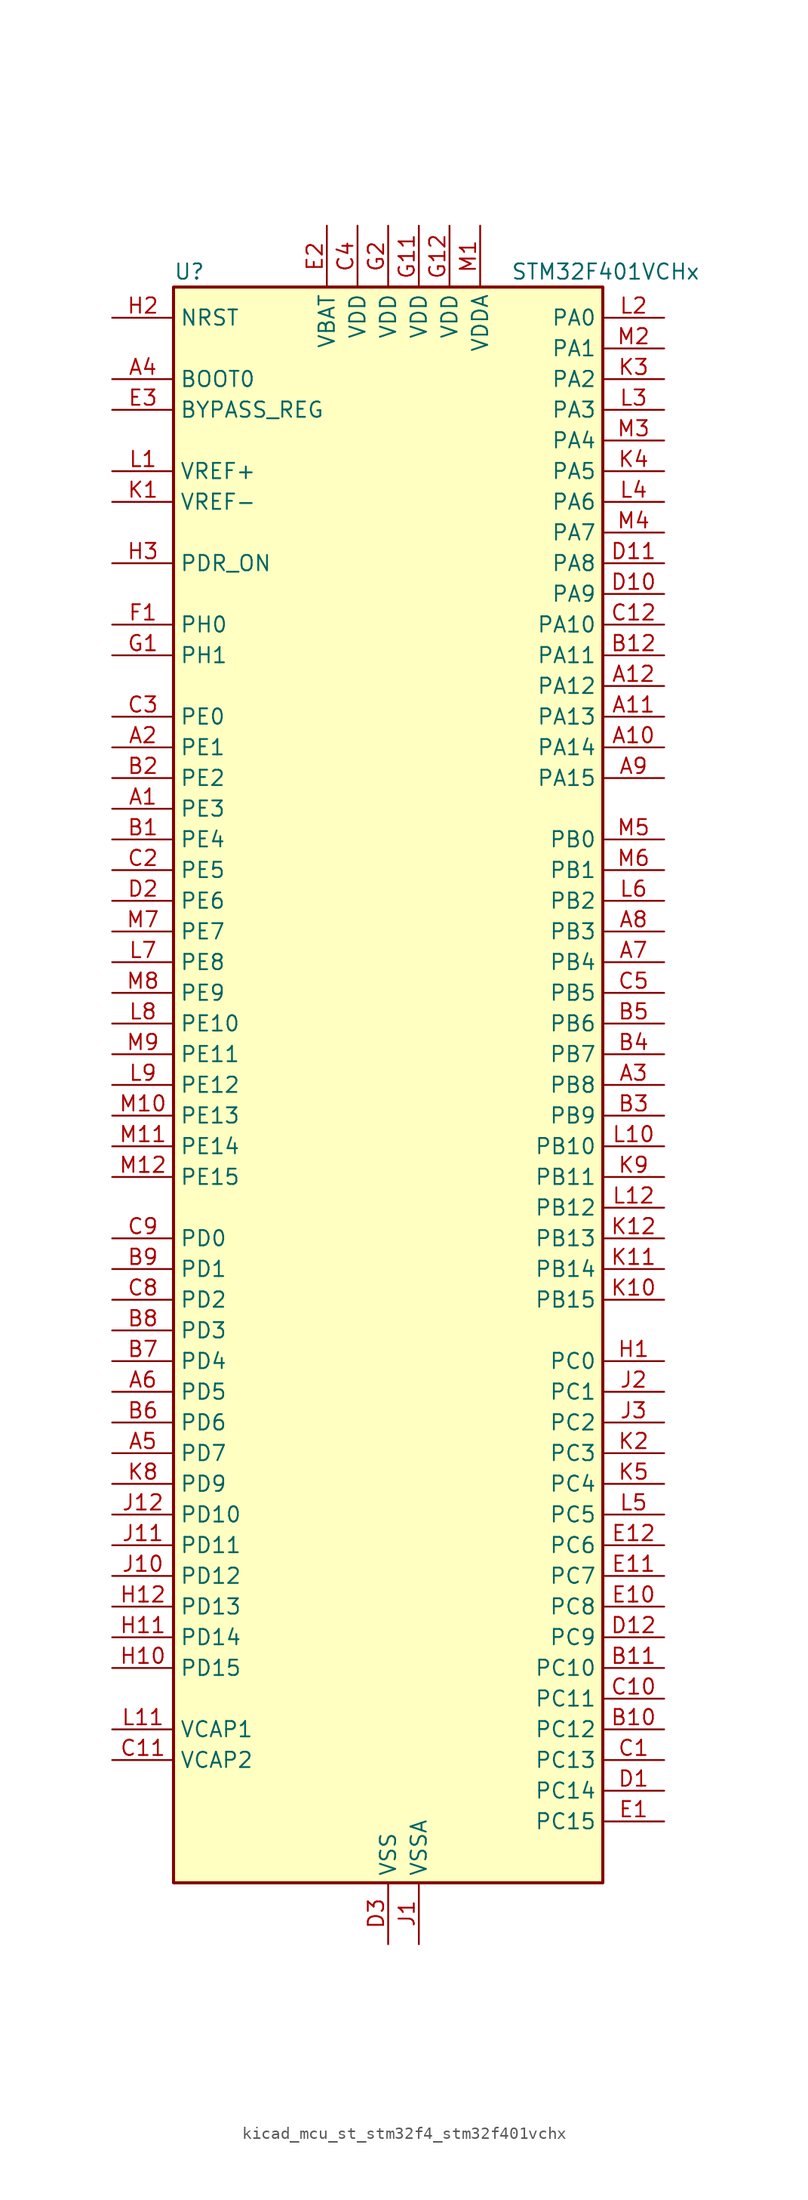
<source format=kicad_sym>
(kicad_symbol_lib
  (version 20220914)
  (generator kicad_symbol_editor)
  (symbol "kicad_mcu_st_stm32f4_stm32f401vchx"
    (property "Reference" "U"
      (at -17.78 67.31 0)
      (effects (font (size 1.27 1.27)) (justify left)))
    (property "Value" "STM32F401VCHx"
      (at 10.16 67.31 0)
      (effects (font (size 1.27 1.27)) (justify left)))
    (property "ki_locked" ""
      (at 0 0 0)
      (effects (font (size 1.27 1.27))))
    (symbol "kicad_mcu_st_stm32f4_stm32f401vchx_0_1"
      (rectangle (start -17.78 -66.04) (end 17.78 66.04) (stroke (width 0.254) (type default)) (fill (type background))))
    (symbol "kicad_mcu_st_stm32f4_stm32f401vchx_1_1"
      (pin bidirectional line (at -22.86 22.86 0) (length 5.08) (name "PE3" (effects (font (size 1.27 1.27)))) (number "A1" (effects (font (size 1.27 1.27)))) (alternate "SYS_TRACED0" bidirectional line))
      (pin bidirectional line (at 22.86 27.94 180) (length 5.08) (name "PA14" (effects (font (size 1.27 1.27)))) (number "A10" (effects (font (size 1.27 1.27)))) (alternate "SYS_JTCK-SWCLK" bidirectional line))
      (pin bidirectional line (at 22.86 30.48 180) (length 5.08) (name "PA13" (effects (font (size 1.27 1.27)))) (number "A11" (effects (font (size 1.27 1.27)))) (alternate "SYS_JTMS-SWDIO" bidirectional line))
      (pin bidirectional line (at 22.86 33.02 180) (length 5.08) (name "PA12" (effects (font (size 1.27 1.27)))) (number "A12" (effects (font (size 1.27 1.27)))) (alternate "TIM1_ETR" bidirectional line) (alternate "USART1_RTS" bidirectional line) (alternate "USART6_RX" bidirectional line) (alternate "USB_OTG_FS_DP" bidirectional line))
      (pin bidirectional line (at -22.86 27.94 0) (length 5.08) (name "PE1" (effects (font (size 1.27 1.27)))) (number "A2" (effects (font (size 1.27 1.27)))))
      (pin bidirectional line (at 22.86 0 180) (length 5.08) (name "PB8" (effects (font (size 1.27 1.27)))) (number "A3" (effects (font (size 1.27 1.27)))) (alternate "I2C1_SCL" bidirectional line) (alternate "SDIO_D4" bidirectional line) (alternate "TIM10_CH1" bidirectional line) (alternate "TIM4_CH3" bidirectional line))
      (pin input line (at -22.86 58.42 0) (length 5.08) (name "BOOT0" (effects (font (size 1.27 1.27)))) (number "A4" (effects (font (size 1.27 1.27)))))
      (pin bidirectional line (at -22.86 -30.48 0) (length 5.08) (name "PD7" (effects (font (size 1.27 1.27)))) (number "A5" (effects (font (size 1.27 1.27)))) (alternate "USART2_CK" bidirectional line))
      (pin bidirectional line (at -22.86 -25.4 0) (length 5.08) (name "PD5" (effects (font (size 1.27 1.27)))) (number "A6" (effects (font (size 1.27 1.27)))) (alternate "USART2_TX" bidirectional line))
      (pin bidirectional line (at 22.86 10.16 180) (length 5.08) (name "PB4" (effects (font (size 1.27 1.27)))) (number "A7" (effects (font (size 1.27 1.27)))) (alternate "I2C3_SDA" bidirectional line) (alternate "I2S3_ext_SD" bidirectional line) (alternate "SPI1_MISO" bidirectional line) (alternate "SPI3_MISO" bidirectional line) (alternate "SYS_JTRST" bidirectional line) (alternate "TIM3_CH1" bidirectional line))
      (pin bidirectional line (at 22.86 12.7 180) (length 5.08) (name "PB3" (effects (font (size 1.27 1.27)))) (number "A8" (effects (font (size 1.27 1.27)))) (alternate "I2C2_SDA" bidirectional line) (alternate "I2S3_CK" bidirectional line) (alternate "SPI1_SCK" bidirectional line) (alternate "SPI3_SCK" bidirectional line) (alternate "SYS_JTDO-SWO" bidirectional line) (alternate "TIM2_CH2" bidirectional line))
      (pin bidirectional line (at 22.86 25.4 180) (length 5.08) (name "PA15" (effects (font (size 1.27 1.27)))) (number "A9" (effects (font (size 1.27 1.27)))) (alternate "ADC1_EXTI15" bidirectional line) (alternate "I2S3_WS" bidirectional line) (alternate "SPI1_NSS" bidirectional line) (alternate "SPI3_NSS" bidirectional line) (alternate "SYS_JTDI" bidirectional line) (alternate "TIM2_CH1" bidirectional line) (alternate "TIM2_ETR" bidirectional line))
      (pin bidirectional line (at -22.86 20.32 0) (length 5.08) (name "PE4" (effects (font (size 1.27 1.27)))) (number "B1" (effects (font (size 1.27 1.27)))) (alternate "SPI4_NSS" bidirectional line) (alternate "SYS_TRACED1" bidirectional line))
      (pin bidirectional line (at 22.86 -53.34 180) (length 5.08) (name "PC12" (effects (font (size 1.27 1.27)))) (number "B10" (effects (font (size 1.27 1.27)))) (alternate "I2S3_SD" bidirectional line) (alternate "SDIO_CK" bidirectional line) (alternate "SPI3_MOSI" bidirectional line))
      (pin bidirectional line (at 22.86 -48.26 180) (length 5.08) (name "PC10" (effects (font (size 1.27 1.27)))) (number "B11" (effects (font (size 1.27 1.27)))) (alternate "I2S3_CK" bidirectional line) (alternate "SDIO_D2" bidirectional line) (alternate "SPI3_SCK" bidirectional line))
      (pin bidirectional line (at 22.86 35.56 180) (length 5.08) (name "PA11" (effects (font (size 1.27 1.27)))) (number "B12" (effects (font (size 1.27 1.27)))) (alternate "ADC1_EXTI11" bidirectional line) (alternate "TIM1_CH4" bidirectional line) (alternate "USART1_CTS" bidirectional line) (alternate "USART6_TX" bidirectional line) (alternate "USB_OTG_FS_DM" bidirectional line))
      (pin bidirectional line (at -22.86 25.4 0) (length 5.08) (name "PE2" (effects (font (size 1.27 1.27)))) (number "B2" (effects (font (size 1.27 1.27)))) (alternate "SPI4_SCK" bidirectional line) (alternate "SYS_TRACECLK" bidirectional line))
      (pin bidirectional line (at 22.86 -2.54 180) (length 5.08) (name "PB9" (effects (font (size 1.27 1.27)))) (number "B3" (effects (font (size 1.27 1.27)))) (alternate "I2C1_SDA" bidirectional line) (alternate "I2S2_WS" bidirectional line) (alternate "SDIO_D5" bidirectional line) (alternate "SPI2_NSS" bidirectional line) (alternate "TIM11_CH1" bidirectional line) (alternate "TIM4_CH4" bidirectional line))
      (pin bidirectional line (at 22.86 2.54 180) (length 5.08) (name "PB7" (effects (font (size 1.27 1.27)))) (number "B4" (effects (font (size 1.27 1.27)))) (alternate "I2C1_SDA" bidirectional line) (alternate "TIM4_CH2" bidirectional line) (alternate "USART1_RX" bidirectional line))
      (pin bidirectional line (at 22.86 5.08 180) (length 5.08) (name "PB6" (effects (font (size 1.27 1.27)))) (number "B5" (effects (font (size 1.27 1.27)))) (alternate "I2C1_SCL" bidirectional line) (alternate "TIM4_CH1" bidirectional line) (alternate "USART1_TX" bidirectional line))
      (pin bidirectional line (at -22.86 -27.94 0) (length 5.08) (name "PD6" (effects (font (size 1.27 1.27)))) (number "B6" (effects (font (size 1.27 1.27)))) (alternate "I2S3_SD" bidirectional line) (alternate "SPI3_MOSI" bidirectional line) (alternate "USART2_RX" bidirectional line))
      (pin bidirectional line (at -22.86 -22.86 0) (length 5.08) (name "PD4" (effects (font (size 1.27 1.27)))) (number "B7" (effects (font (size 1.27 1.27)))) (alternate "USART2_RTS" bidirectional line))
      (pin bidirectional line (at -22.86 -20.32 0) (length 5.08) (name "PD3" (effects (font (size 1.27 1.27)))) (number "B8" (effects (font (size 1.27 1.27)))) (alternate "I2S2_CK" bidirectional line) (alternate "SPI2_SCK" bidirectional line) (alternate "USART2_CTS" bidirectional line))
      (pin bidirectional line (at -22.86 -15.24 0) (length 5.08) (name "PD1" (effects (font (size 1.27 1.27)))) (number "B9" (effects (font (size 1.27 1.27)))))
      (pin bidirectional line (at 22.86 -55.88 180) (length 5.08) (name "PC13" (effects (font (size 1.27 1.27)))) (number "C1" (effects (font (size 1.27 1.27)))) (alternate "RTC_AF1" bidirectional line))
      (pin bidirectional line (at 22.86 -50.8 180) (length 5.08) (name "PC11" (effects (font (size 1.27 1.27)))) (number "C10" (effects (font (size 1.27 1.27)))) (alternate "ADC1_EXTI11" bidirectional line) (alternate "I2S3_ext_SD" bidirectional line) (alternate "SDIO_D3" bidirectional line) (alternate "SPI3_MISO" bidirectional line))
      (pin power_out line (at -22.86 -55.88 0) (length 5.08) (name "VCAP2" (effects (font (size 1.27 1.27)))) (number "C11" (effects (font (size 1.27 1.27)))))
      (pin bidirectional line (at 22.86 38.1 180) (length 5.08) (name "PA10" (effects (font (size 1.27 1.27)))) (number "C12" (effects (font (size 1.27 1.27)))) (alternate "TIM1_CH3" bidirectional line) (alternate "USART1_RX" bidirectional line) (alternate "USB_OTG_FS_ID" bidirectional line))
      (pin bidirectional line (at -22.86 17.78 0) (length 5.08) (name "PE5" (effects (font (size 1.27 1.27)))) (number "C2" (effects (font (size 1.27 1.27)))) (alternate "SPI4_MISO" bidirectional line) (alternate "SYS_TRACED2" bidirectional line) (alternate "TIM9_CH1" bidirectional line))
      (pin bidirectional line (at -22.86 30.48 0) (length 5.08) (name "PE0" (effects (font (size 1.27 1.27)))) (number "C3" (effects (font (size 1.27 1.27)))) (alternate "TIM4_ETR" bidirectional line))
      (pin power_in line (at -2.54 71.12 270) (length 5.08) (name "VDD" (effects (font (size 1.27 1.27)))) (number "C4" (effects (font (size 1.27 1.27)))))
      (pin bidirectional line (at 22.86 7.62 180) (length 5.08) (name "PB5" (effects (font (size 1.27 1.27)))) (number "C5" (effects (font (size 1.27 1.27)))) (alternate "I2C1_SMBA" bidirectional line) (alternate "I2S3_SD" bidirectional line) (alternate "SPI1_MOSI" bidirectional line) (alternate "SPI3_MOSI" bidirectional line) (alternate "TIM3_CH2" bidirectional line))
      (pin bidirectional line (at -22.86 -17.78 0) (length 5.08) (name "PD2" (effects (font (size 1.27 1.27)))) (number "C8" (effects (font (size 1.27 1.27)))) (alternate "SDIO_CMD" bidirectional line) (alternate "TIM3_ETR" bidirectional line))
      (pin bidirectional line (at -22.86 -12.7 0) (length 5.08) (name "PD0" (effects (font (size 1.27 1.27)))) (number "C9" (effects (font (size 1.27 1.27)))))
      (pin bidirectional line (at 22.86 -58.42 180) (length 5.08) (name "PC14" (effects (font (size 1.27 1.27)))) (number "D1" (effects (font (size 1.27 1.27)))) (alternate "RCC_OSC32_IN" bidirectional line))
      (pin bidirectional line (at 22.86 40.64 180) (length 5.08) (name "PA9" (effects (font (size 1.27 1.27)))) (number "D10" (effects (font (size 1.27 1.27)))) (alternate "I2C3_SMBA" bidirectional line) (alternate "TIM1_CH2" bidirectional line) (alternate "USART1_TX" bidirectional line) (alternate "USB_OTG_FS_VBUS" bidirectional line))
      (pin bidirectional line (at 22.86 43.18 180) (length 5.08) (name "PA8" (effects (font (size 1.27 1.27)))) (number "D11" (effects (font (size 1.27 1.27)))) (alternate "I2C3_SCL" bidirectional line) (alternate "RCC_MCO_1" bidirectional line) (alternate "TIM1_CH1" bidirectional line) (alternate "USART1_CK" bidirectional line) (alternate "USB_OTG_FS_SOF" bidirectional line))
      (pin bidirectional line (at 22.86 -45.72 180) (length 5.08) (name "PC9" (effects (font (size 1.27 1.27)))) (number "D12" (effects (font (size 1.27 1.27)))) (alternate "I2C3_SDA" bidirectional line) (alternate "I2S_CKIN" bidirectional line) (alternate "RCC_MCO_2" bidirectional line) (alternate "SDIO_D1" bidirectional line) (alternate "TIM3_CH4" bidirectional line))
      (pin bidirectional line (at -22.86 15.24 0) (length 5.08) (name "PE6" (effects (font (size 1.27 1.27)))) (number "D2" (effects (font (size 1.27 1.27)))) (alternate "SPI4_MOSI" bidirectional line) (alternate "SYS_TRACED3" bidirectional line) (alternate "TIM9_CH2" bidirectional line))
      (pin power_in line (at 0 -71.12 90) (length 5.08) (name "VSS" (effects (font (size 1.27 1.27)))) (number "D3" (effects (font (size 1.27 1.27)))))
      (pin bidirectional line (at 22.86 -60.96 180) (length 5.08) (name "PC15" (effects (font (size 1.27 1.27)))) (number "E1" (effects (font (size 1.27 1.27)))) (alternate "ADC1_EXTI15" bidirectional line) (alternate "RCC_OSC32_OUT" bidirectional line))
      (pin bidirectional line (at 22.86 -43.18 180) (length 5.08) (name "PC8" (effects (font (size 1.27 1.27)))) (number "E10" (effects (font (size 1.27 1.27)))) (alternate "SDIO_D0" bidirectional line) (alternate "TIM3_CH3" bidirectional line) (alternate "USART6_CK" bidirectional line))
      (pin bidirectional line (at 22.86 -40.64 180) (length 5.08) (name "PC7" (effects (font (size 1.27 1.27)))) (number "E11" (effects (font (size 1.27 1.27)))) (alternate "I2S3_MCK" bidirectional line) (alternate "SDIO_D7" bidirectional line) (alternate "TIM3_CH2" bidirectional line) (alternate "USART6_RX" bidirectional line))
      (pin bidirectional line (at 22.86 -38.1 180) (length 5.08) (name "PC6" (effects (font (size 1.27 1.27)))) (number "E12" (effects (font (size 1.27 1.27)))) (alternate "I2S2_MCK" bidirectional line) (alternate "SDIO_D6" bidirectional line) (alternate "TIM3_CH1" bidirectional line) (alternate "USART6_TX" bidirectional line))
      (pin power_in line (at -5.08 71.12 270) (length 5.08) (name "VBAT" (effects (font (size 1.27 1.27)))) (number "E2" (effects (font (size 1.27 1.27)))))
      (pin input line (at -22.86 55.88 0) (length 5.08) (name "BYPASS_REG" (effects (font (size 1.27 1.27)))) (number "E3" (effects (font (size 1.27 1.27)))))
      (pin bidirectional line (at -22.86 38.1 0) (length 5.08) (name "PH0" (effects (font (size 1.27 1.27)))) (number "F1" (effects (font (size 1.27 1.27)))) (alternate "RCC_OSC_IN" bidirectional line))
      (pin passive line (at 0 -71.12 90) (length 5.08) hide (name "VSS" (effects (font (size 1.27 1.27)))) (number "F11" (effects (font (size 1.27 1.27)))))
      (pin passive line (at 0 -71.12 90) (length 5.08) hide (name "VSS" (effects (font (size 1.27 1.27)))) (number "F12" (effects (font (size 1.27 1.27)))))
      (pin passive line (at 0 -71.12 90) (length 5.08) hide (name "VSS" (effects (font (size 1.27 1.27)))) (number "F2" (effects (font (size 1.27 1.27)))))
      (pin bidirectional line (at -22.86 35.56 0) (length 5.08) (name "PH1" (effects (font (size 1.27 1.27)))) (number "G1" (effects (font (size 1.27 1.27)))) (alternate "RCC_OSC_OUT" bidirectional line))
      (pin power_in line (at 2.54 71.12 270) (length 5.08) (name "VDD" (effects (font (size 1.27 1.27)))) (number "G11" (effects (font (size 1.27 1.27)))))
      (pin power_in line (at 5.08 71.12 270) (length 5.08) (name "VDD" (effects (font (size 1.27 1.27)))) (number "G12" (effects (font (size 1.27 1.27)))))
      (pin power_in line (at 0 71.12 270) (length 5.08) (name "VDD" (effects (font (size 1.27 1.27)))) (number "G2" (effects (font (size 1.27 1.27)))))
      (pin bidirectional line (at 22.86 -22.86 180) (length 5.08) (name "PC0" (effects (font (size 1.27 1.27)))) (number "H1" (effects (font (size 1.27 1.27)))) (alternate "ADC1_IN10" bidirectional line))
      (pin bidirectional line (at -22.86 -48.26 0) (length 5.08) (name "PD15" (effects (font (size 1.27 1.27)))) (number "H10" (effects (font (size 1.27 1.27)))) (alternate "ADC1_EXTI15" bidirectional line) (alternate "TIM4_CH4" bidirectional line))
      (pin bidirectional line (at -22.86 -45.72 0) (length 5.08) (name "PD14" (effects (font (size 1.27 1.27)))) (number "H11" (effects (font (size 1.27 1.27)))) (alternate "TIM4_CH3" bidirectional line))
      (pin bidirectional line (at -22.86 -43.18 0) (length 5.08) (name "PD13" (effects (font (size 1.27 1.27)))) (number "H12" (effects (font (size 1.27 1.27)))) (alternate "TIM4_CH2" bidirectional line))
      (pin input line (at -22.86 63.5 0) (length 5.08) (name "NRST" (effects (font (size 1.27 1.27)))) (number "H2" (effects (font (size 1.27 1.27)))))
      (pin input line (at -22.86 43.18 0) (length 5.08) (name "PDR_ON" (effects (font (size 1.27 1.27)))) (number "H3" (effects (font (size 1.27 1.27)))))
      (pin power_in line (at 2.54 -71.12 90) (length 5.08) (name "VSSA" (effects (font (size 1.27 1.27)))) (number "J1" (effects (font (size 1.27 1.27)))))
      (pin bidirectional line (at -22.86 -40.64 0) (length 5.08) (name "PD12" (effects (font (size 1.27 1.27)))) (number "J10" (effects (font (size 1.27 1.27)))) (alternate "TIM4_CH1" bidirectional line))
      (pin bidirectional line (at -22.86 -38.1 0) (length 5.08) (name "PD11" (effects (font (size 1.27 1.27)))) (number "J11" (effects (font (size 1.27 1.27)))) (alternate "ADC1_EXTI11" bidirectional line))
      (pin bidirectional line (at -22.86 -35.56 0) (length 5.08) (name "PD10" (effects (font (size 1.27 1.27)))) (number "J12" (effects (font (size 1.27 1.27)))))
      (pin bidirectional line (at 22.86 -25.4 180) (length 5.08) (name "PC1" (effects (font (size 1.27 1.27)))) (number "J2" (effects (font (size 1.27 1.27)))) (alternate "ADC1_IN11" bidirectional line))
      (pin bidirectional line (at 22.86 -27.94 180) (length 5.08) (name "PC2" (effects (font (size 1.27 1.27)))) (number "J3" (effects (font (size 1.27 1.27)))) (alternate "ADC1_IN12" bidirectional line) (alternate "I2S2_ext_SD" bidirectional line) (alternate "SPI2_MISO" bidirectional line))
      (pin input line (at -22.86 48.26 0) (length 5.08) (name "VREF-" (effects (font (size 1.27 1.27)))) (number "K1" (effects (font (size 1.27 1.27)))))
      (pin bidirectional line (at 22.86 -17.78 180) (length 5.08) (name "PB15" (effects (font (size 1.27 1.27)))) (number "K10" (effects (font (size 1.27 1.27)))) (alternate "ADC1_EXTI15" bidirectional line) (alternate "I2S2_SD" bidirectional line) (alternate "RTC_REFIN" bidirectional line) (alternate "SPI2_MOSI" bidirectional line) (alternate "TIM1_CH3N" bidirectional line))
      (pin bidirectional line (at 22.86 -15.24 180) (length 5.08) (name "PB14" (effects (font (size 1.27 1.27)))) (number "K11" (effects (font (size 1.27 1.27)))) (alternate "I2S2_ext_SD" bidirectional line) (alternate "SPI2_MISO" bidirectional line) (alternate "TIM1_CH2N" bidirectional line))
      (pin bidirectional line (at 22.86 -12.7 180) (length 5.08) (name "PB13" (effects (font (size 1.27 1.27)))) (number "K12" (effects (font (size 1.27 1.27)))) (alternate "I2S2_CK" bidirectional line) (alternate "SPI2_SCK" bidirectional line) (alternate "TIM1_CH1N" bidirectional line))
      (pin bidirectional line (at 22.86 -30.48 180) (length 5.08) (name "PC3" (effects (font (size 1.27 1.27)))) (number "K2" (effects (font (size 1.27 1.27)))) (alternate "ADC1_IN13" bidirectional line) (alternate "I2S2_SD" bidirectional line) (alternate "SPI2_MOSI" bidirectional line))
      (pin bidirectional line (at 22.86 58.42 180) (length 5.08) (name "PA2" (effects (font (size 1.27 1.27)))) (number "K3" (effects (font (size 1.27 1.27)))) (alternate "ADC1_IN2" bidirectional line) (alternate "TIM2_CH3" bidirectional line) (alternate "TIM5_CH3" bidirectional line) (alternate "TIM9_CH1" bidirectional line) (alternate "USART2_TX" bidirectional line))
      (pin bidirectional line (at 22.86 50.8 180) (length 5.08) (name "PA5" (effects (font (size 1.27 1.27)))) (number "K4" (effects (font (size 1.27 1.27)))) (alternate "ADC1_IN5" bidirectional line) (alternate "SPI1_SCK" bidirectional line) (alternate "TIM2_CH1" bidirectional line) (alternate "TIM2_ETR" bidirectional line))
      (pin bidirectional line (at 22.86 -33.02 180) (length 5.08) (name "PC4" (effects (font (size 1.27 1.27)))) (number "K5" (effects (font (size 1.27 1.27)))) (alternate "ADC1_IN14" bidirectional line))
      (pin bidirectional line (at -22.86 -33.02 0) (length 5.08) (name "PD9" (effects (font (size 1.27 1.27)))) (number "K8" (effects (font (size 1.27 1.27)))))
      (pin bidirectional line (at 22.86 -7.62 180) (length 5.08) (name "PB11" (effects (font (size 1.27 1.27)))) (number "K9" (effects (font (size 1.27 1.27)))) (alternate "ADC1_EXTI11" bidirectional line) (alternate "I2C2_SDA" bidirectional line) (alternate "TIM2_CH4" bidirectional line))
      (pin input line (at -22.86 50.8 0) (length 5.08) (name "VREF+" (effects (font (size 1.27 1.27)))) (number "L1" (effects (font (size 1.27 1.27)))))
      (pin bidirectional line (at 22.86 -5.08 180) (length 5.08) (name "PB10" (effects (font (size 1.27 1.27)))) (number "L10" (effects (font (size 1.27 1.27)))) (alternate "I2C2_SCL" bidirectional line) (alternate "I2S2_CK" bidirectional line) (alternate "SPI2_SCK" bidirectional line) (alternate "TIM2_CH3" bidirectional line))
      (pin power_out line (at -22.86 -53.34 0) (length 5.08) (name "VCAP1" (effects (font (size 1.27 1.27)))) (number "L11" (effects (font (size 1.27 1.27)))))
      (pin bidirectional line (at 22.86 -10.16 180) (length 5.08) (name "PB12" (effects (font (size 1.27 1.27)))) (number "L12" (effects (font (size 1.27 1.27)))) (alternate "I2C2_SMBA" bidirectional line) (alternate "I2S2_WS" bidirectional line) (alternate "SPI2_NSS" bidirectional line) (alternate "TIM1_BKIN" bidirectional line))
      (pin bidirectional line (at 22.86 63.5 180) (length 5.08) (name "PA0" (effects (font (size 1.27 1.27)))) (number "L2" (effects (font (size 1.27 1.27)))) (alternate "ADC1_IN0" bidirectional line) (alternate "SYS_WKUP" bidirectional line) (alternate "TIM2_CH1" bidirectional line) (alternate "TIM2_ETR" bidirectional line) (alternate "TIM5_CH1" bidirectional line) (alternate "USART2_CTS" bidirectional line))
      (pin bidirectional line (at 22.86 55.88 180) (length 5.08) (name "PA3" (effects (font (size 1.27 1.27)))) (number "L3" (effects (font (size 1.27 1.27)))) (alternate "ADC1_IN3" bidirectional line) (alternate "TIM2_CH4" bidirectional line) (alternate "TIM5_CH4" bidirectional line) (alternate "TIM9_CH2" bidirectional line) (alternate "USART2_RX" bidirectional line))
      (pin bidirectional line (at 22.86 48.26 180) (length 5.08) (name "PA6" (effects (font (size 1.27 1.27)))) (number "L4" (effects (font (size 1.27 1.27)))) (alternate "ADC1_IN6" bidirectional line) (alternate "SPI1_MISO" bidirectional line) (alternate "TIM1_BKIN" bidirectional line) (alternate "TIM3_CH1" bidirectional line))
      (pin bidirectional line (at 22.86 -35.56 180) (length 5.08) (name "PC5" (effects (font (size 1.27 1.27)))) (number "L5" (effects (font (size 1.27 1.27)))) (alternate "ADC1_IN15" bidirectional line))
      (pin bidirectional line (at 22.86 15.24 180) (length 5.08) (name "PB2" (effects (font (size 1.27 1.27)))) (number "L6" (effects (font (size 1.27 1.27)))))
      (pin bidirectional line (at -22.86 10.16 0) (length 5.08) (name "PE8" (effects (font (size 1.27 1.27)))) (number "L7" (effects (font (size 1.27 1.27)))) (alternate "TIM1_CH1N" bidirectional line))
      (pin bidirectional line (at -22.86 5.08 0) (length 5.08) (name "PE10" (effects (font (size 1.27 1.27)))) (number "L8" (effects (font (size 1.27 1.27)))) (alternate "TIM1_CH2N" bidirectional line))
      (pin bidirectional line (at -22.86 0 0) (length 5.08) (name "PE12" (effects (font (size 1.27 1.27)))) (number "L9" (effects (font (size 1.27 1.27)))) (alternate "SPI4_SCK" bidirectional line) (alternate "TIM1_CH3N" bidirectional line))
      (pin power_in line (at 7.62 71.12 270) (length 5.08) (name "VDDA" (effects (font (size 1.27 1.27)))) (number "M1" (effects (font (size 1.27 1.27)))))
      (pin bidirectional line (at -22.86 -2.54 0) (length 5.08) (name "PE13" (effects (font (size 1.27 1.27)))) (number "M10" (effects (font (size 1.27 1.27)))) (alternate "SPI4_MISO" bidirectional line) (alternate "TIM1_CH3" bidirectional line))
      (pin bidirectional line (at -22.86 -5.08 0) (length 5.08) (name "PE14" (effects (font (size 1.27 1.27)))) (number "M11" (effects (font (size 1.27 1.27)))) (alternate "SPI4_MOSI" bidirectional line) (alternate "TIM1_CH4" bidirectional line))
      (pin bidirectional line (at -22.86 -7.62 0) (length 5.08) (name "PE15" (effects (font (size 1.27 1.27)))) (number "M12" (effects (font (size 1.27 1.27)))) (alternate "ADC1_EXTI15" bidirectional line) (alternate "TIM1_BKIN" bidirectional line))
      (pin bidirectional line (at 22.86 60.96 180) (length 5.08) (name "PA1" (effects (font (size 1.27 1.27)))) (number "M2" (effects (font (size 1.27 1.27)))) (alternate "ADC1_IN1" bidirectional line) (alternate "TIM2_CH2" bidirectional line) (alternate "TIM5_CH2" bidirectional line) (alternate "USART2_RTS" bidirectional line))
      (pin bidirectional line (at 22.86 53.34 180) (length 5.08) (name "PA4" (effects (font (size 1.27 1.27)))) (number "M3" (effects (font (size 1.27 1.27)))) (alternate "ADC1_IN4" bidirectional line) (alternate "I2S3_WS" bidirectional line) (alternate "SPI1_NSS" bidirectional line) (alternate "SPI3_NSS" bidirectional line) (alternate "USART2_CK" bidirectional line))
      (pin bidirectional line (at 22.86 45.72 180) (length 5.08) (name "PA7" (effects (font (size 1.27 1.27)))) (number "M4" (effects (font (size 1.27 1.27)))) (alternate "ADC1_IN7" bidirectional line) (alternate "SPI1_MOSI" bidirectional line) (alternate "TIM1_CH1N" bidirectional line) (alternate "TIM3_CH2" bidirectional line))
      (pin bidirectional line (at 22.86 20.32 180) (length 5.08) (name "PB0" (effects (font (size 1.27 1.27)))) (number "M5" (effects (font (size 1.27 1.27)))) (alternate "ADC1_IN8" bidirectional line) (alternate "TIM1_CH2N" bidirectional line) (alternate "TIM3_CH3" bidirectional line))
      (pin bidirectional line (at 22.86 17.78 180) (length 5.08) (name "PB1" (effects (font (size 1.27 1.27)))) (number "M6" (effects (font (size 1.27 1.27)))) (alternate "ADC1_IN9" bidirectional line) (alternate "TIM1_CH3N" bidirectional line) (alternate "TIM3_CH4" bidirectional line))
      (pin bidirectional line (at -22.86 12.7 0) (length 5.08) (name "PE7" (effects (font (size 1.27 1.27)))) (number "M7" (effects (font (size 1.27 1.27)))) (alternate "TIM1_ETR" bidirectional line))
      (pin bidirectional line (at -22.86 7.62 0) (length 5.08) (name "PE9" (effects (font (size 1.27 1.27)))) (number "M8" (effects (font (size 1.27 1.27)))) (alternate "TIM1_CH1" bidirectional line))
      (pin bidirectional line (at -22.86 2.54 0) (length 5.08) (name "PE11" (effects (font (size 1.27 1.27)))) (number "M9" (effects (font (size 1.27 1.27)))) (alternate "ADC1_EXTI11" bidirectional line) (alternate "SPI4_NSS" bidirectional line) (alternate "TIM1_CH2" bidirectional line)))))
</source>
